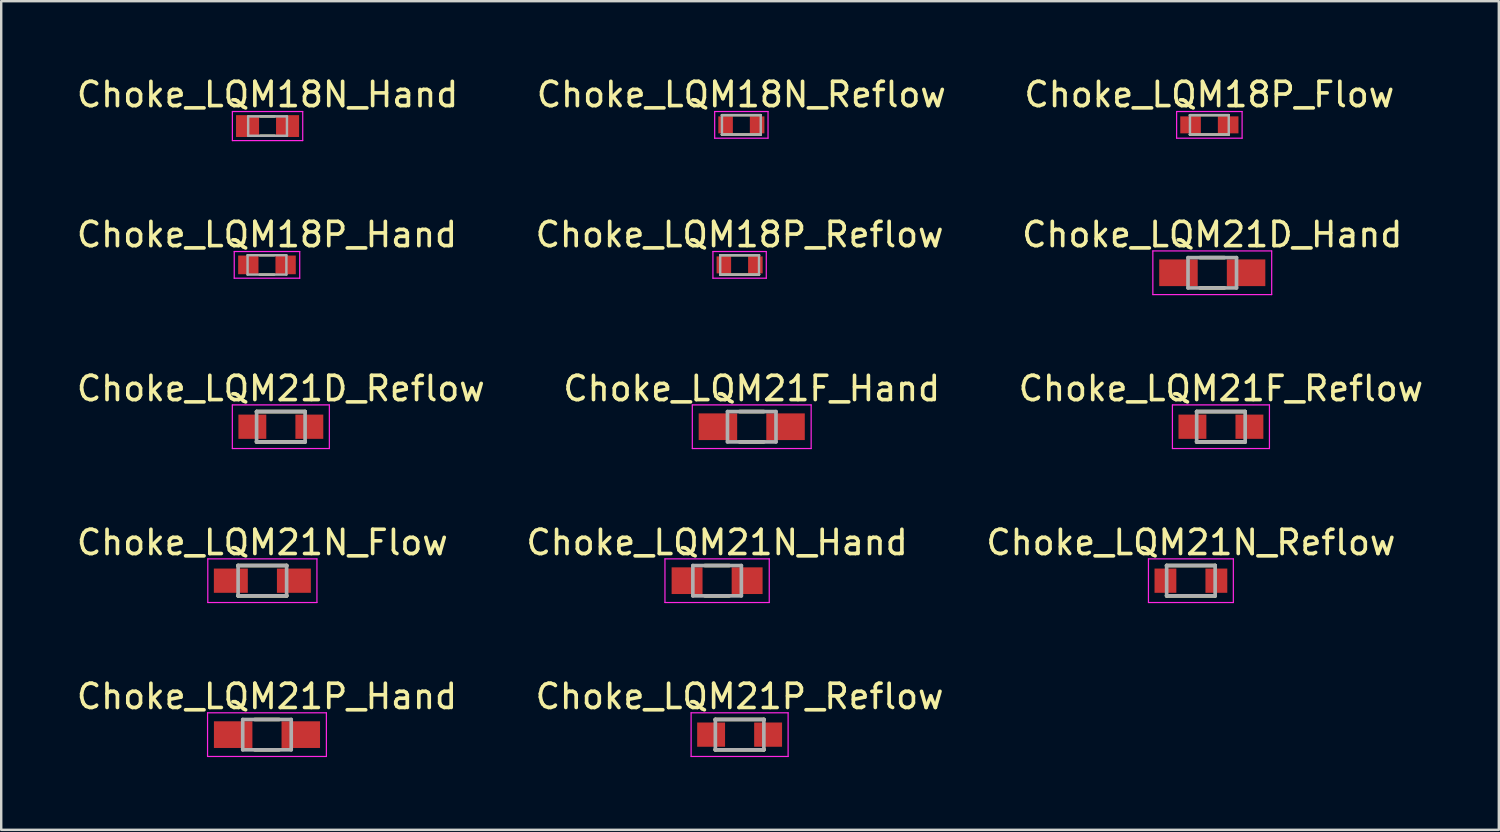
<source format=kicad_pcb>
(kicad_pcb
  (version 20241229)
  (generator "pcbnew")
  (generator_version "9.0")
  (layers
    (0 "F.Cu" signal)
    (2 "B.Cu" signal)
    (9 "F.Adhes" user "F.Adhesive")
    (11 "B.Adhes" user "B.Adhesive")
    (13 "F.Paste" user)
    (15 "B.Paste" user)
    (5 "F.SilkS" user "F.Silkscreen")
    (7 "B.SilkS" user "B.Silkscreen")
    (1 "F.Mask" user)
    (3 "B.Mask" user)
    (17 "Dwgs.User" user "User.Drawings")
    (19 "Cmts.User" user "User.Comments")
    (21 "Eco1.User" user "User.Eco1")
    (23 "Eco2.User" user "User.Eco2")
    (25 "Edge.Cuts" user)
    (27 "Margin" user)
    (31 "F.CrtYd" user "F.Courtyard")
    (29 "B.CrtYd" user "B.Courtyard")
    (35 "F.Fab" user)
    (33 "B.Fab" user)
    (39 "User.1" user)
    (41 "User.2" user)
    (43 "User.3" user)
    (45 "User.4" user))
  (footprint "Choke_LQM21D_Reflow"
    (layer "F.Cu")
    (at 8.53 14.545)
    (property "Reference" "Choke_LQM21D_Reflow" (at 0 -1.575 0) (layer "F.SilkS") (effects (font (size 1 1) (thickness 0.15))))
    (attr smd)
    (fp_line (start -1 -0.625) (end -1 -0.6) (stroke (width 0.15) (type solid)) (layer "F.SilkS"))
    (fp_line (start -1 -0.625) (end 1 -0.625) (stroke (width 0.15) (type solid)) (layer "F.SilkS"))
    (fp_line (start -1 0.6) (end -1 0.625) (stroke (width 0.15) (type solid)) (layer "F.SilkS"))
    (fp_line (start -1 0.625) (end 1 0.625) (stroke (width 0.15) (type solid)) (layer "F.SilkS"))
    (fp_line (start 1 -0.625) (end 1 -0.6) (stroke (width 0.15) (type solid)) (layer "F.SilkS"))
    (fp_line (start 1 0.6) (end 1 0.625) (stroke (width 0.15) (type solid)) (layer "F.SilkS"))
    (fp_line (start -2 -0.9) (end -2 0.9) (stroke (width 0.05) (type solid)) (layer "F.CrtYd"))
    (fp_line (start -2 -0.9) (end 2 -0.9) (stroke (width 0.05) (type solid)) (layer "F.CrtYd"))
    (fp_line (start -2 0.9) (end 2 0.9) (stroke (width 0.05) (type solid)) (layer "F.CrtYd"))
    (fp_line (start 2 -0.9) (end 2 0.9) (stroke (width 0.05) (type solid)) (layer "F.CrtYd"))
    (fp_line (start -1 -0.625) (end -1 0.625) (stroke (width 0.15) (type solid)) (layer "F.Fab"))
    (fp_line (start -1 -0.625) (end 1 -0.625) (stroke (width 0.15) (type solid)) (layer "F.Fab"))
    (fp_line (start -1 0.625) (end 1 0.625) (stroke (width 0.15) (type solid)) (layer "F.Fab"))
    (fp_line (start 1 -0.625) (end 1 0.625) (stroke (width 0.15) (type solid)) (layer "F.Fab"))
    (pad "1" smd rect (at -1.175 0) (size 1.15 1) (layers "F.Cu" "F.Mask" "F.Paste"))
    (pad "2" smd rect (at 1.175 0) (size 1.15 1) (layers "F.Cu" "F.Mask" "F.Paste")))
  (footprint "Choke_LQM21P_Hand"
    (layer "F.Cu")
    (at 7.958 27.241)
    (property "Reference" "Choke_LQM21P_Hand" (at 0 -1.575 0) (layer "F.SilkS") (effects (font (size 1 1) (thickness 0.15))))
    (attr smd)
    (fp_line (start -0.5 -0.625) (end 0.5 -0.625) (stroke (width 0.15) (type solid)) (layer "F.SilkS"))
    (fp_line (start -0.5 0.625) (end 0.5 0.625) (stroke (width 0.15) (type solid)) (layer "F.SilkS"))
    (fp_line (start -2.45 -0.9) (end -2.45 0.9) (stroke (width 0.05) (type solid)) (layer "F.CrtYd"))
    (fp_line (start -2.45 -0.9) (end 2.45 -0.9) (stroke (width 0.05) (type solid)) (layer "F.CrtYd"))
    (fp_line (start -2.45 0.9) (end 2.45 0.9) (stroke (width 0.05) (type solid)) (layer "F.CrtYd"))
    (fp_line (start 2.45 -0.9) (end 2.45 0.9) (stroke (width 0.05) (type solid)) (layer "F.CrtYd"))
    (fp_line (start -1 -0.625) (end -1 0.625) (stroke (width 0.15) (type solid)) (layer "F.Fab"))
    (fp_line (start -1 -0.625) (end 1 -0.625) (stroke (width 0.15) (type solid)) (layer "F.Fab"))
    (fp_line (start -1 0.625) (end 1 0.625) (stroke (width 0.15) (type solid)) (layer "F.Fab"))
    (fp_line (start 1 -0.625) (end 1 0.625) (stroke (width 0.15) (type solid)) (layer "F.Fab"))
    (pad "1" smd rect (at -1.394 0) (size 1.587 1.1) (layers "F.Cu" "F.Mask" "F.Paste"))
    (pad "2" smd rect (at 1.394 0) (size 1.587 1.1) (layers "F.Cu" "F.Mask" "F.Paste")))
  (footprint "Choke_LQM21N_Reflow"
    (layer "F.Cu")
    (at 46.054 20.893)
    (property "Reference" "Choke_LQM21N_Reflow" (at 0 -1.575 0) (layer "F.SilkS") (effects (font (size 1 1) (thickness 0.15))))
    (attr smd)
    (fp_line (start -1 -0.625) (end -1 -0.6) (stroke (width 0.15) (type solid)) (layer "F.SilkS"))
    (fp_line (start -1 -0.625) (end 1 -0.625) (stroke (width 0.15) (type solid)) (layer "F.SilkS"))
    (fp_line (start -1 0.6) (end -1 0.625) (stroke (width 0.15) (type solid)) (layer "F.SilkS"))
    (fp_line (start -1 0.625) (end 1 0.625) (stroke (width 0.15) (type solid)) (layer "F.SilkS"))
    (fp_line (start 1 -0.625) (end 1 -0.6) (stroke (width 0.15) (type solid)) (layer "F.SilkS"))
    (fp_line (start 1 0.6) (end 1 0.625) (stroke (width 0.15) (type solid)) (layer "F.SilkS"))
    (fp_line (start -1.75 -0.9) (end -1.75 0.9) (stroke (width 0.05) (type solid)) (layer "F.CrtYd"))
    (fp_line (start -1.75 -0.9) (end 1.75 -0.9) (stroke (width 0.05) (type solid)) (layer "F.CrtYd"))
    (fp_line (start -1.75 0.9) (end 1.75 0.9) (stroke (width 0.05) (type solid)) (layer "F.CrtYd"))
    (fp_line (start 1.75 -0.9) (end 1.75 0.9) (stroke (width 0.05) (type solid)) (layer "F.CrtYd"))
    (fp_line (start -1 -0.625) (end -1 0.625) (stroke (width 0.15) (type solid)) (layer "F.Fab"))
    (fp_line (start -1 -0.625) (end 1 -0.625) (stroke (width 0.15) (type solid)) (layer "F.Fab"))
    (fp_line (start -1 0.625) (end 1 0.625) (stroke (width 0.15) (type solid)) (layer "F.Fab"))
    (fp_line (start 1 -0.625) (end 1 0.625) (stroke (width 0.15) (type solid)) (layer "F.Fab"))
    (pad "1" smd rect (at -1.05 0) (size 0.9 1) (layers "F.Cu" "F.Mask" "F.Paste"))
    (pad "2" smd rect (at 1.05 0) (size 0.9 1) (layers "F.Cu" "F.Mask" "F.Paste")))
  (footprint "Choke_LQM18P_Flow"
    (layer "F.Cu")
    (at 46.815 2.098)
    (property "Reference" "Choke_LQM18P_Flow" (at 0 -1.25 0) (layer "F.SilkS") (effects (font (size 1 1) (thickness 0.15))))
    (attr smd)
    (fp_line (start -0.8 -0.4) (end -0.8 -0.4) (stroke (width 0.1) (type solid)) (layer "F.SilkS"))
    (fp_line (start -0.8 -0.4) (end 0.8 -0.4) (stroke (width 0.1) (type solid)) (layer "F.SilkS"))
    (fp_line (start -0.8 0.4) (end -0.8 0.4) (stroke (width 0.1) (type solid)) (layer "F.SilkS"))
    (fp_line (start -0.8 0.4) (end 0.8 0.4) (stroke (width 0.1) (type solid)) (layer "F.SilkS"))
    (fp_line (start 0.8 -0.4) (end 0.8 -0.4) (stroke (width 0.1) (type solid)) (layer "F.SilkS"))
    (fp_line (start 0.8 0.4) (end 0.8 0.4) (stroke (width 0.1) (type solid)) (layer "F.SilkS"))
    (fp_line (start -1.35 -0.55) (end -1.35 0.55) (stroke (width 0.05) (type solid)) (layer "F.CrtYd"))
    (fp_line (start -1.35 -0.55) (end 1.35 -0.55) (stroke (width 0.05) (type solid)) (layer "F.CrtYd"))
    (fp_line (start -1.35 0.55) (end 1.35 0.55) (stroke (width 0.05) (type solid)) (layer "F.CrtYd"))
    (fp_line (start 1.35 -0.55) (end 1.35 0.55) (stroke (width 0.05) (type solid)) (layer "F.CrtYd"))
    (fp_line (start -0.8 -0.4) (end -0.8 0.4) (stroke (width 0.1) (type solid)) (layer "F.Fab"))
    (fp_line (start -0.8 -0.4) (end 0.8 -0.4) (stroke (width 0.1) (type solid)) (layer "F.Fab"))
    (fp_line (start -0.8 0.4) (end 0.8 0.4) (stroke (width 0.1) (type solid)) (layer "F.Fab"))
    (fp_line (start 0.8 -0.4) (end 0.8 0.4) (stroke (width 0.1) (type solid)) (layer "F.Fab"))
    (pad "1" smd rect (at -0.775 0) (size 0.85 0.7) (layers "F.Cu" "F.Mask" "F.Paste"))
    (pad "2" smd rect (at 0.775 0) (size 0.85 0.7) (layers "F.Cu" "F.Mask" "F.Paste")))
  (footprint "Choke_LQM21D_Hand"
    (layer "F.Cu")
    (at 46.935 8.197)
    (property "Reference" "Choke_LQM21D_Hand" (at 0 -1.575 0) (layer "F.SilkS") (effects (font (size 1 1) (thickness 0.15))))
    (attr smd)
    (fp_line (start -0.5 -0.625) (end 0.5 -0.625) (stroke (width 0.15) (type solid)) (layer "F.SilkS"))
    (fp_line (start -0.5 0.625) (end 0.5 0.625) (stroke (width 0.15) (type solid)) (layer "F.SilkS"))
    (fp_line (start -2.45 -0.9) (end -2.45 0.9) (stroke (width 0.05) (type solid)) (layer "F.CrtYd"))
    (fp_line (start -2.45 -0.9) (end 2.45 -0.9) (stroke (width 0.05) (type solid)) (layer "F.CrtYd"))
    (fp_line (start -2.45 0.9) (end 2.45 0.9) (stroke (width 0.05) (type solid)) (layer "F.CrtYd"))
    (fp_line (start 2.45 -0.9) (end 2.45 0.9) (stroke (width 0.05) (type solid)) (layer "F.CrtYd"))
    (fp_line (start -1 -0.625) (end -1 0.625) (stroke (width 0.15) (type solid)) (layer "F.Fab"))
    (fp_line (start -1 -0.625) (end 1 -0.625) (stroke (width 0.15) (type solid)) (layer "F.Fab"))
    (fp_line (start -1 0.625) (end 1 0.625) (stroke (width 0.15) (type solid)) (layer "F.Fab"))
    (fp_line (start 1 -0.625) (end 1 0.625) (stroke (width 0.15) (type solid)) (layer "F.Fab"))
    (pad "1" smd rect (at -1.394 0) (size 1.587 1.1) (layers "F.Cu" "F.Mask" "F.Paste"))
    (pad "2" smd rect (at 1.394 0) (size 1.587 1.1) (layers "F.Cu" "F.Mask" "F.Paste")))
  (footprint "Choke_LQM18N_Reflow"
    (layer "F.Cu")
    (at 27.518 2.098)
    (property "Reference" "Choke_LQM18N_Reflow" (at 0 -1.25 0) (layer "F.SilkS") (effects (font (size 1 1) (thickness 0.15))))
    (attr smd)
    (fp_line (start -0.8 -0.4) (end -0.8 -0.4) (stroke (width 0.1) (type solid)) (layer "F.SilkS"))
    (fp_line (start -0.8 -0.4) (end 0.8 -0.4) (stroke (width 0.1) (type solid)) (layer "F.SilkS"))
    (fp_line (start -0.8 0.4) (end -0.8 0.4) (stroke (width 0.1) (type solid)) (layer "F.SilkS"))
    (fp_line (start -0.8 0.4) (end 0.8 0.4) (stroke (width 0.1) (type solid)) (layer "F.SilkS"))
    (fp_line (start 0.8 -0.4) (end 0.8 -0.4) (stroke (width 0.1) (type solid)) (layer "F.SilkS"))
    (fp_line (start 0.8 0.4) (end 0.8 0.4) (stroke (width 0.1) (type solid)) (layer "F.SilkS"))
    (fp_line (start -1.1 -0.55) (end -1.1 0.55) (stroke (width 0.05) (type solid)) (layer "F.CrtYd"))
    (fp_line (start -1.1 -0.55) (end 1.1 -0.55) (stroke (width 0.05) (type solid)) (layer "F.CrtYd"))
    (fp_line (start -1.1 0.55) (end 1.1 0.55) (stroke (width 0.05) (type solid)) (layer "F.CrtYd"))
    (fp_line (start 1.1 -0.55) (end 1.1 0.55) (stroke (width 0.05) (type solid)) (layer "F.CrtYd"))
    (fp_line (start -0.8 -0.4) (end -0.8 0.4) (stroke (width 0.1) (type solid)) (layer "F.Fab"))
    (fp_line (start -0.8 -0.4) (end 0.8 -0.4) (stroke (width 0.1) (type solid)) (layer "F.Fab"))
    (fp_line (start -0.8 0.4) (end 0.8 0.4) (stroke (width 0.1) (type solid)) (layer "F.Fab"))
    (fp_line (start 0.8 -0.4) (end 0.8 0.4) (stroke (width 0.1) (type solid)) (layer "F.Fab"))
    (pad "1" smd rect (at -0.65 0) (size 0.6 0.7) (layers "F.Cu" "F.Mask" "F.Paste"))
    (pad "2" smd rect (at 0.65 0) (size 0.6 0.7) (layers "F.Cu" "F.Mask" "F.Paste")))
  (footprint "Choke_LQM18N_Hand"
    (layer "F.Cu")
    (at 7.982 2.148)
    (property "Reference" "Choke_LQM18N_Hand" (at 0 -1.3 0) (layer "F.SilkS") (effects (font (size 1 1) (thickness 0.15))))
    (attr smd)
    (fp_line (start -0.3 -0.4) (end 0.3 -0.4) (stroke (width 0.1) (type solid)) (layer "F.SilkS"))
    (fp_line (start -0.3 0.4) (end 0.3 0.4) (stroke (width 0.1) (type solid)) (layer "F.SilkS"))
    (fp_line (start -1.45 -0.6) (end -1.45 0.6) (stroke (width 0.05) (type solid)) (layer "F.CrtYd"))
    (fp_line (start -1.45 -0.6) (end 1.45 -0.6) (stroke (width 0.05) (type solid)) (layer "F.CrtYd"))
    (fp_line (start -1.45 0.6) (end 1.45 0.6) (stroke (width 0.05) (type solid)) (layer "F.CrtYd"))
    (fp_line (start 1.45 -0.6) (end 1.45 0.6) (stroke (width 0.05) (type solid)) (layer "F.CrtYd"))
    (fp_line (start -0.8 -0.4) (end -0.8 0.4) (stroke (width 0.1) (type solid)) (layer "F.Fab"))
    (fp_line (start -0.8 -0.4) (end 0.8 -0.4) (stroke (width 0.1) (type solid)) (layer "F.Fab"))
    (fp_line (start -0.8 0.4) (end 0.8 0.4) (stroke (width 0.1) (type solid)) (layer "F.Fab"))
    (fp_line (start 0.8 -0.4) (end 0.8 0.4) (stroke (width 0.1) (type solid)) (layer "F.Fab"))
    (pad "1" smd rect (at -0.825 0) (size 0.95 0.9) (layers "F.Cu" "F.Mask" "F.Paste"))
    (pad "2" smd rect (at 0.825 0) (size 0.95 0.9) (layers "F.Cu" "F.Mask" "F.Paste")))
  (footprint "Choke_LQM21F_Reflow"
    (layer "F.Cu")
    (at 47.292 14.545)
    (property "Reference" "Choke_LQM21F_Reflow" (at 0 -1.575 0) (layer "F.SilkS") (effects (font (size 1 1) (thickness 0.15))))
    (attr smd)
    (fp_line (start -1 -0.625) (end -1 -0.6) (stroke (width 0.15) (type solid)) (layer "F.SilkS"))
    (fp_line (start -1 -0.625) (end 1 -0.625) (stroke (width 0.15) (type solid)) (layer "F.SilkS"))
    (fp_line (start -1 0.6) (end -1 0.625) (stroke (width 0.15) (type solid)) (layer "F.SilkS"))
    (fp_line (start -1 0.625) (end 1 0.625) (stroke (width 0.15) (type solid)) (layer "F.SilkS"))
    (fp_line (start 1 -0.625) (end 1 -0.6) (stroke (width 0.15) (type solid)) (layer "F.SilkS"))
    (fp_line (start 1 0.6) (end 1 0.625) (stroke (width 0.15) (type solid)) (layer "F.SilkS"))
    (fp_line (start -2 -0.9) (end -2 0.9) (stroke (width 0.05) (type solid)) (layer "F.CrtYd"))
    (fp_line (start -2 -0.9) (end 2 -0.9) (stroke (width 0.05) (type solid)) (layer "F.CrtYd"))
    (fp_line (start -2 0.9) (end 2 0.9) (stroke (width 0.05) (type solid)) (layer "F.CrtYd"))
    (fp_line (start 2 -0.9) (end 2 0.9) (stroke (width 0.05) (type solid)) (layer "F.CrtYd"))
    (fp_line (start -1 -0.625) (end -1 0.625) (stroke (width 0.15) (type solid)) (layer "F.Fab"))
    (fp_line (start -1 -0.625) (end 1 -0.625) (stroke (width 0.15) (type solid)) (layer "F.Fab"))
    (fp_line (start -1 0.625) (end 1 0.625) (stroke (width 0.15) (type solid)) (layer "F.Fab"))
    (fp_line (start 1 -0.625) (end 1 0.625) (stroke (width 0.15) (type solid)) (layer "F.Fab"))
    (pad "1" smd rect (at -1.175 0) (size 1.15 1) (layers "F.Cu" "F.Mask" "F.Paste"))
    (pad "2" smd rect (at 1.175 0) (size 1.15 1) (layers "F.Cu" "F.Mask" "F.Paste")))
  (footprint "Choke_LQM18P_Hand"
    (layer "F.Cu")
    (at 7.958 7.872)
    (property "Reference" "Choke_LQM18P_Hand" (at 0 -1.25 0) (layer "F.SilkS") (effects (font (size 1 1) (thickness 0.15))))
    (attr smd)
    (fp_line (start -0.3 -0.4) (end 0.3 -0.4) (stroke (width 0.1) (type solid)) (layer "F.SilkS"))
    (fp_line (start -0.3 0.4) (end 0.3 0.4) (stroke (width 0.1) (type solid)) (layer "F.SilkS"))
    (fp_line (start -1.35 -0.55) (end -1.35 0.55) (stroke (width 0.05) (type solid)) (layer "F.CrtYd"))
    (fp_line (start -1.35 -0.55) (end 1.35 -0.55) (stroke (width 0.05) (type solid)) (layer "F.CrtYd"))
    (fp_line (start -1.35 0.55) (end 1.35 0.55) (stroke (width 0.05) (type solid)) (layer "F.CrtYd"))
    (fp_line (start 1.35 -0.55) (end 1.35 0.55) (stroke (width 0.05) (type solid)) (layer "F.CrtYd"))
    (fp_line (start -0.8 -0.4) (end -0.8 0.4) (stroke (width 0.1) (type solid)) (layer "F.Fab"))
    (fp_line (start -0.8 -0.4) (end 0.8 -0.4) (stroke (width 0.1) (type solid)) (layer "F.Fab"))
    (fp_line (start -0.8 0.4) (end 0.8 0.4) (stroke (width 0.1) (type solid)) (layer "F.Fab"))
    (fp_line (start 0.8 -0.4) (end 0.8 0.4) (stroke (width 0.1) (type solid)) (layer "F.Fab"))
    (pad "1" smd rect (at -0.769 0) (size 0.838 0.77) (layers "F.Cu" "F.Mask" "F.Paste"))
    (pad "2" smd rect (at 0.769 0) (size 0.838 0.77) (layers "F.Cu" "F.Mask" "F.Paste")))
  (footprint "Choke_LQM21P_Reflow"
    (layer "F.Cu")
    (at 27.446 27.241)
    (property "Reference" "Choke_LQM21P_Reflow" (at 0 -1.575 0) (layer "F.SilkS") (effects (font (size 1 1) (thickness 0.15))))
    (attr smd)
    (fp_line (start -1 -0.625) (end -1 -0.6) (stroke (width 0.15) (type solid)) (layer "F.SilkS"))
    (fp_line (start -1 -0.625) (end 1 -0.625) (stroke (width 0.15) (type solid)) (layer "F.SilkS"))
    (fp_line (start -1 0.6) (end -1 0.625) (stroke (width 0.15) (type solid)) (layer "F.SilkS"))
    (fp_line (start -1 0.625) (end 1 0.625) (stroke (width 0.15) (type solid)) (layer "F.SilkS"))
    (fp_line (start 1 -0.625) (end 1 -0.6) (stroke (width 0.15) (type solid)) (layer "F.SilkS"))
    (fp_line (start 1 0.6) (end 1 0.625) (stroke (width 0.15) (type solid)) (layer "F.SilkS"))
    (fp_line (start -2 -0.9) (end -2 0.9) (stroke (width 0.05) (type solid)) (layer "F.CrtYd"))
    (fp_line (start -2 -0.9) (end 2 -0.9) (stroke (width 0.05) (type solid)) (layer "F.CrtYd"))
    (fp_line (start -2 0.9) (end 2 0.9) (stroke (width 0.05) (type solid)) (layer "F.CrtYd"))
    (fp_line (start 2 -0.9) (end 2 0.9) (stroke (width 0.05) (type solid)) (layer "F.CrtYd"))
    (fp_line (start -1 -0.625) (end -1 0.625) (stroke (width 0.15) (type solid)) (layer "F.Fab"))
    (fp_line (start -1 -0.625) (end 1 -0.625) (stroke (width 0.15) (type solid)) (layer "F.Fab"))
    (fp_line (start -1 0.625) (end 1 0.625) (stroke (width 0.15) (type solid)) (layer "F.Fab"))
    (fp_line (start 1 -0.625) (end 1 0.625) (stroke (width 0.15) (type solid)) (layer "F.Fab"))
    (pad "1" smd rect (at -1.175 0) (size 1.15 1) (layers "F.Cu" "F.Mask" "F.Paste"))
    (pad "2" smd rect (at 1.175 0) (size 1.15 1) (layers "F.Cu" "F.Mask" "F.Paste")))
  (footprint "Choke_LQM21N_Flow"
    (layer "F.Cu")
    (at 7.768 20.893)
    (property "Reference" "Choke_LQM21N_Flow" (at 0 -1.575 0) (layer "F.SilkS") (effects (font (size 1 1) (thickness 0.15))))
    (attr smd)
    (fp_line (start -1 -0.625) (end -1 -0.6) (stroke (width 0.15) (type solid)) (layer "F.SilkS"))
    (fp_line (start -1 -0.625) (end 1 -0.625) (stroke (width 0.15) (type solid)) (layer "F.SilkS"))
    (fp_line (start -1 0.6) (end -1 0.625) (stroke (width 0.15) (type solid)) (layer "F.SilkS"))
    (fp_line (start -1 0.625) (end 1 0.625) (stroke (width 0.15) (type solid)) (layer "F.SilkS"))
    (fp_line (start 1 -0.625) (end 1 -0.6) (stroke (width 0.15) (type solid)) (layer "F.SilkS"))
    (fp_line (start 1 0.6) (end 1 0.625) (stroke (width 0.15) (type solid)) (layer "F.SilkS"))
    (fp_line (start -2.25 -0.9) (end -2.25 0.9) (stroke (width 0.05) (type solid)) (layer "F.CrtYd"))
    (fp_line (start -2.25 -0.9) (end 2.25 -0.9) (stroke (width 0.05) (type solid)) (layer "F.CrtYd"))
    (fp_line (start -2.25 0.9) (end 2.25 0.9) (stroke (width 0.05) (type solid)) (layer "F.CrtYd"))
    (fp_line (start 2.25 -0.9) (end 2.25 0.9) (stroke (width 0.05) (type solid)) (layer "F.CrtYd"))
    (fp_line (start -1 -0.625) (end -1 0.625) (stroke (width 0.15) (type solid)) (layer "F.Fab"))
    (fp_line (start -1 -0.625) (end 1 -0.625) (stroke (width 0.15) (type solid)) (layer "F.Fab"))
    (fp_line (start -1 0.625) (end 1 0.625) (stroke (width 0.15) (type solid)) (layer "F.Fab"))
    (fp_line (start 1 -0.625) (end 1 0.625) (stroke (width 0.15) (type solid)) (layer "F.Fab"))
    (pad "1" smd rect (at -1.3 0) (size 1.4 1) (layers "F.Cu" "F.Mask" "F.Paste"))
    (pad "2" smd rect (at 1.3 0) (size 1.4 1) (layers "F.Cu" "F.Mask" "F.Paste")))
  (footprint "Choke_LQM21N_Hand"
    (layer "F.Cu")
    (at 26.518 20.893)
    (property "Reference" "Choke_LQM21N_Hand" (at 0 -1.575 0) (layer "F.SilkS") (effects (font (size 1 1) (thickness 0.15))))
    (attr smd)
    (fp_line (start -0.5 -0.625) (end 0.5 -0.625) (stroke (width 0.15) (type solid)) (layer "F.SilkS"))
    (fp_line (start -0.5 0.625) (end 0.5 0.625) (stroke (width 0.15) (type solid)) (layer "F.SilkS"))
    (fp_line (start -2.15 -0.9) (end -2.15 0.9) (stroke (width 0.05) (type solid)) (layer "F.CrtYd"))
    (fp_line (start -2.15 -0.9) (end 2.15 -0.9) (stroke (width 0.05) (type solid)) (layer "F.CrtYd"))
    (fp_line (start -2.15 0.9) (end 2.15 0.9) (stroke (width 0.05) (type solid)) (layer "F.CrtYd"))
    (fp_line (start 2.15 -0.9) (end 2.15 0.9) (stroke (width 0.05) (type solid)) (layer "F.CrtYd"))
    (fp_line (start -1 -0.625) (end -1 0.625) (stroke (width 0.15) (type solid)) (layer "F.Fab"))
    (fp_line (start -1 -0.625) (end 1 -0.625) (stroke (width 0.15) (type solid)) (layer "F.Fab"))
    (fp_line (start -1 0.625) (end 1 0.625) (stroke (width 0.15) (type solid)) (layer "F.Fab"))
    (fp_line (start 1 -0.625) (end 1 0.625) (stroke (width 0.15) (type solid)) (layer "F.Fab"))
    (pad "1" smd rect (at -1.238 0) (size 1.275 1.1) (layers "F.Cu" "F.Mask" "F.Paste"))
    (pad "2" smd rect (at 1.238 0) (size 1.275 1.1) (layers "F.Cu" "F.Mask" "F.Paste")))
  (footprint "Choke_LQM18P_Reflow"
    (layer "F.Cu")
    (at 27.446 7.872)
    (property "Reference" "Choke_LQM18P_Reflow" (at 0 -1.25 0) (layer "F.SilkS") (effects (font (size 1 1) (thickness 0.15))))
    (attr smd)
    (fp_line (start -0.8 -0.4) (end -0.8 -0.4) (stroke (width 0.1) (type solid)) (layer "F.SilkS"))
    (fp_line (start -0.8 -0.4) (end 0.8 -0.4) (stroke (width 0.1) (type solid)) (layer "F.SilkS"))
    (fp_line (start -0.8 0.4) (end -0.8 0.4) (stroke (width 0.1) (type solid)) (layer "F.SilkS"))
    (fp_line (start -0.8 0.4) (end 0.8 0.4) (stroke (width 0.1) (type solid)) (layer "F.SilkS"))
    (fp_line (start 0.8 -0.4) (end 0.8 -0.4) (stroke (width 0.1) (type solid)) (layer "F.SilkS"))
    (fp_line (start 0.8 0.4) (end 0.8 0.4) (stroke (width 0.1) (type solid)) (layer "F.SilkS"))
    (fp_line (start -1.1 -0.55) (end -1.1 0.55) (stroke (width 0.05) (type solid)) (layer "F.CrtYd"))
    (fp_line (start -1.1 -0.55) (end 1.1 -0.55) (stroke (width 0.05) (type solid)) (layer "F.CrtYd"))
    (fp_line (start -1.1 0.55) (end 1.1 0.55) (stroke (width 0.05) (type solid)) (layer "F.CrtYd"))
    (fp_line (start 1.1 -0.55) (end 1.1 0.55) (stroke (width 0.05) (type solid)) (layer "F.CrtYd"))
    (fp_line (start -0.8 -0.4) (end -0.8 0.4) (stroke (width 0.1) (type solid)) (layer "F.Fab"))
    (fp_line (start -0.8 -0.4) (end 0.8 -0.4) (stroke (width 0.1) (type solid)) (layer "F.Fab"))
    (fp_line (start -0.8 0.4) (end 0.8 0.4) (stroke (width 0.1) (type solid)) (layer "F.Fab"))
    (fp_line (start 0.8 -0.4) (end 0.8 0.4) (stroke (width 0.1) (type solid)) (layer "F.Fab"))
    (pad "1" smd rect (at -0.65 0) (size 0.6 0.7) (layers "F.Cu" "F.Mask" "F.Paste"))
    (pad "2" smd rect (at 0.65 0) (size 0.6 0.7) (layers "F.Cu" "F.Mask" "F.Paste")))
  (footprint "Choke_LQM21F_Hand"
    (layer "F.Cu")
    (at 27.946 14.545)
    (property "Reference" "Choke_LQM21F_Hand" (at 0 -1.575 0) (layer "F.SilkS") (effects (font (size 1 1) (thickness 0.15))))
    (attr smd)
    (fp_line (start -0.5 -0.625) (end 0.5 -0.625) (stroke (width 0.15) (type solid)) (layer "F.SilkS"))
    (fp_line (start -0.5 0.625) (end 0.5 0.625) (stroke (width 0.15) (type solid)) (layer "F.SilkS"))
    (fp_line (start -2.45 -0.9) (end -2.45 0.9) (stroke (width 0.05) (type solid)) (layer "F.CrtYd"))
    (fp_line (start -2.45 -0.9) (end 2.45 -0.9) (stroke (width 0.05) (type solid)) (layer "F.CrtYd"))
    (fp_line (start -2.45 0.9) (end 2.45 0.9) (stroke (width 0.05) (type solid)) (layer "F.CrtYd"))
    (fp_line (start 2.45 -0.9) (end 2.45 0.9) (stroke (width 0.05) (type solid)) (layer "F.CrtYd"))
    (fp_line (start -1 -0.625) (end -1 0.625) (stroke (width 0.15) (type solid)) (layer "F.Fab"))
    (fp_line (start -1 -0.625) (end 1 -0.625) (stroke (width 0.15) (type solid)) (layer "F.Fab"))
    (fp_line (start -1 0.625) (end 1 0.625) (stroke (width 0.15) (type solid)) (layer "F.Fab"))
    (fp_line (start 1 -0.625) (end 1 0.625) (stroke (width 0.15) (type solid)) (layer "F.Fab"))
    (pad "1" smd rect (at -1.394 0) (size 1.587 1.1) (layers "F.Cu" "F.Mask" "F.Paste"))
    (pad "2" smd rect (at 1.394 0) (size 1.587 1.1) (layers "F.Cu" "F.Mask" "F.Paste")))
  (gr_rect
    (start -3 -3)
    (end 58.75 31.166)
    (stroke (width 0.1) (type default))
    (fill no)
    (layer "Edge.Cuts")))
</source>
